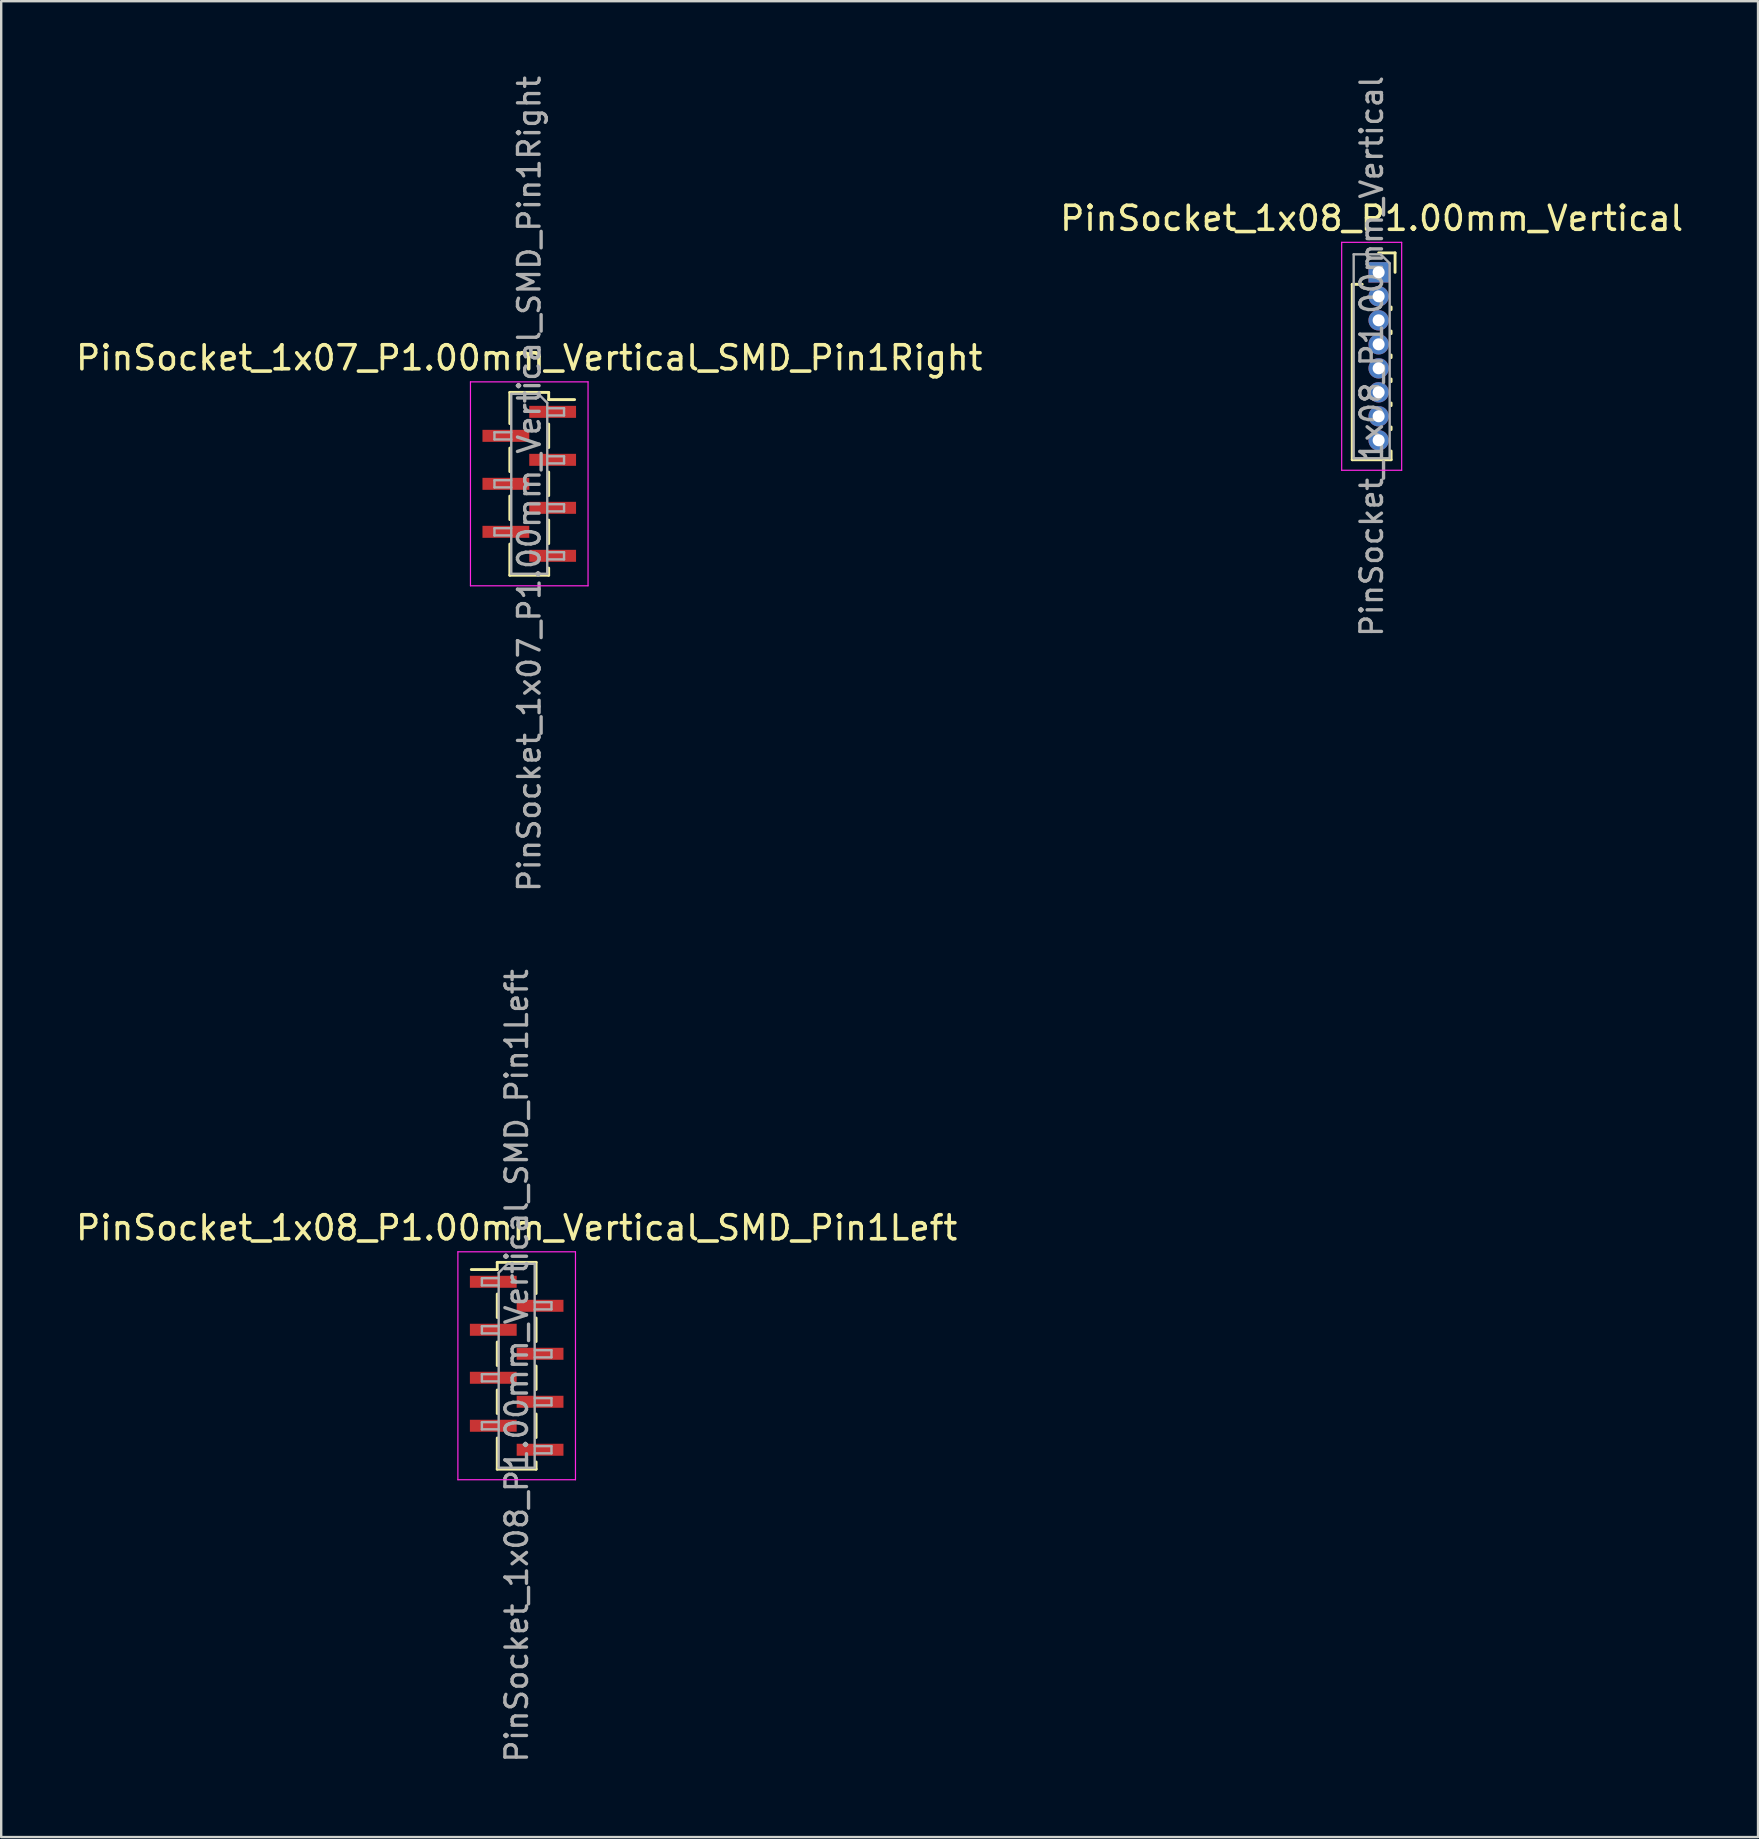
<source format=kicad_pcb>
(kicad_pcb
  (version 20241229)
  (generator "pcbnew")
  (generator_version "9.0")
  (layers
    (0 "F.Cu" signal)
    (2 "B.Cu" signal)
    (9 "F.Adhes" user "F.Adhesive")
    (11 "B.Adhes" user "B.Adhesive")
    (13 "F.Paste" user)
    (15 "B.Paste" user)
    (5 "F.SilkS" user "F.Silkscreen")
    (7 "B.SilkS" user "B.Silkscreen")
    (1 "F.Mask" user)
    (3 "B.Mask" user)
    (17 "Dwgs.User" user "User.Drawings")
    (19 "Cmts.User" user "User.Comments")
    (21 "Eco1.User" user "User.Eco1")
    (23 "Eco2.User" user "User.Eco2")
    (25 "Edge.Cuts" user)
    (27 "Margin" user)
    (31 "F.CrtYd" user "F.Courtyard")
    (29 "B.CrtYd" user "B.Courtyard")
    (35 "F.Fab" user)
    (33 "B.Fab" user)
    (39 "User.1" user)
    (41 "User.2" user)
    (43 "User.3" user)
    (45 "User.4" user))
  (footprint "PinSocket_1x07_P1.00mm_Vertical_SMD_Pin1Right"
    (layer "F.Cu")
    (at 19.006 17.113)
    (property "Reference" "PinSocket_1x07_P1.00mm_Vertical_SMD_Pin1Right" (at 0 -5.25 0) (layer "F.SilkS") (effects (font (size 1 1) (thickness 0.15))))
    (attr smd)
    (fp_line (start -0.81 -3.81) (end -0.81 -2.51) (stroke (width 0.12) (type solid)) (layer "F.SilkS"))
    (fp_line (start -0.81 -3.81) (end 0.81 -3.81) (stroke (width 0.12) (type solid)) (layer "F.SilkS"))
    (fp_line (start -0.81 -1.49) (end -0.81 -0.51) (stroke (width 0.12) (type solid)) (layer "F.SilkS"))
    (fp_line (start -0.81 0.51) (end -0.81 1.49) (stroke (width 0.12) (type solid)) (layer "F.SilkS"))
    (fp_line (start -0.81 2.51) (end -0.81 3.81) (stroke (width 0.12) (type solid)) (layer "F.SilkS"))
    (fp_line (start -0.81 3.81) (end 0.81 3.81) (stroke (width 0.12) (type solid)) (layer "F.SilkS"))
    (fp_line (start 0.81 -3.81) (end 0.81 -3.51) (stroke (width 0.12) (type solid)) (layer "F.SilkS"))
    (fp_line (start 0.81 -3.51) (end 1.89 -3.51) (stroke (width 0.12) (type solid)) (layer "F.SilkS"))
    (fp_line (start 0.81 -2.49) (end 0.81 -1.51) (stroke (width 0.12) (type solid)) (layer "F.SilkS"))
    (fp_line (start 0.81 -0.49) (end 0.81 0.49) (stroke (width 0.12) (type solid)) (layer "F.SilkS"))
    (fp_line (start 0.81 1.51) (end 0.81 2.49) (stroke (width 0.12) (type solid)) (layer "F.SilkS"))
    (fp_line (start 0.81 3.51) (end 0.81 3.81) (stroke (width 0.12) (type solid)) (layer "F.SilkS"))
    (fp_line (start -2.45 -4.25) (end 2.45 -4.25) (stroke (width 0.05) (type solid)) (layer "F.CrtYd"))
    (fp_line (start -2.45 4.25) (end -2.45 -4.25) (stroke (width 0.05) (type solid)) (layer "F.CrtYd"))
    (fp_line (start 2.45 -4.25) (end 2.45 4.25) (stroke (width 0.05) (type solid)) (layer "F.CrtYd"))
    (fp_line (start 2.45 4.25) (end -2.45 4.25) (stroke (width 0.05) (type solid)) (layer "F.CrtYd"))
    (fp_line (start -1.45 -2.15) (end -0.75 -2.15) (stroke (width 0.1) (type solid)) (layer "F.Fab"))
    (fp_line (start -1.45 -1.85) (end -1.45 -2.15) (stroke (width 0.1) (type solid)) (layer "F.Fab"))
    (fp_line (start -1.45 -0.15) (end -0.75 -0.15) (stroke (width 0.1) (type solid)) (layer "F.Fab"))
    (fp_line (start -1.45 0.15) (end -1.45 -0.15) (stroke (width 0.1) (type solid)) (layer "F.Fab"))
    (fp_line (start -1.45 1.85) (end -0.75 1.85) (stroke (width 0.1) (type solid)) (layer "F.Fab"))
    (fp_line (start -1.45 2.15) (end -1.45 1.85) (stroke (width 0.1) (type solid)) (layer "F.Fab"))
    (fp_line (start -0.75 -3.75) (end 0.375 -3.75) (stroke (width 0.1) (type solid)) (layer "F.Fab"))
    (fp_line (start -0.75 -1.85) (end -1.45 -1.85) (stroke (width 0.1) (type solid)) (layer "F.Fab"))
    (fp_line (start -0.75 0.15) (end -1.45 0.15) (stroke (width 0.1) (type solid)) (layer "F.Fab"))
    (fp_line (start -0.75 2.15) (end -1.45 2.15) (stroke (width 0.1) (type solid)) (layer "F.Fab"))
    (fp_line (start -0.75 3.75) (end -0.75 -3.75) (stroke (width 0.1) (type solid)) (layer "F.Fab"))
    (fp_line (start 0.375 -3.75) (end 0.75 -3.375) (stroke (width 0.1) (type solid)) (layer "F.Fab"))
    (fp_line (start 0.75 -3.375) (end 0.75 3.75) (stroke (width 0.1) (type solid)) (layer "F.Fab"))
    (fp_line (start 0.75 -3.15) (end 1.45 -3.15) (stroke (width 0.1) (type solid)) (layer "F.Fab"))
    (fp_line (start 0.75 -1.15) (end 1.45 -1.15) (stroke (width 0.1) (type solid)) (layer "F.Fab"))
    (fp_line (start 0.75 0.85) (end 1.45 0.85) (stroke (width 0.1) (type solid)) (layer "F.Fab"))
    (fp_line (start 0.75 2.85) (end 1.45 2.85) (stroke (width 0.1) (type solid)) (layer "F.Fab"))
    (fp_line (start 0.75 3.75) (end -0.75 3.75) (stroke (width 0.1) (type solid)) (layer "F.Fab"))
    (fp_line (start 1.45 -3.15) (end 1.45 -2.85) (stroke (width 0.1) (type solid)) (layer "F.Fab"))
    (fp_line (start 1.45 -2.85) (end 0.75 -2.85) (stroke (width 0.1) (type solid)) (layer "F.Fab"))
    (fp_line (start 1.45 -1.15) (end 1.45 -0.85) (stroke (width 0.1) (type solid)) (layer "F.Fab"))
    (fp_line (start 1.45 -0.85) (end 0.75 -0.85) (stroke (width 0.1) (type solid)) (layer "F.Fab"))
    (fp_line (start 1.45 0.85) (end 1.45 1.15) (stroke (width 0.1) (type solid)) (layer "F.Fab"))
    (fp_line (start 1.45 1.15) (end 0.75 1.15) (stroke (width 0.1) (type solid)) (layer "F.Fab"))
    (fp_line (start 1.45 2.85) (end 1.45 3.15) (stroke (width 0.1) (type solid)) (layer "F.Fab"))
    (fp_line (start 1.45 3.15) (end 0.75 3.15) (stroke (width 0.1) (type solid)) (layer "F.Fab"))
    (fp_text user "${REFERENCE}" (at 0 0 90) (layer "F.Fab") (effects (font (size 0.9 0.9) (thickness 0.14))))
    (pad "1" smd rect (at 0.975 -3) (size 1.95 0.5) (layers "F.Cu" "F.Mask" "F.Paste"))
    (pad "2" smd rect (at -0.975 -2) (size 1.95 0.5) (layers "F.Cu" "F.Mask" "F.Paste"))
    (pad "3" smd rect (at 0.975 -1) (size 1.95 0.5) (layers "F.Cu" "F.Mask" "F.Paste"))
    (pad "4" smd rect (at -0.975 0) (size 1.95 0.5) (layers "F.Cu" "F.Mask" "F.Paste"))
    (pad "5" smd rect (at 0.975 1) (size 1.95 0.5) (layers "F.Cu" "F.Mask" "F.Paste"))
    (pad "6" smd rect (at -0.975 2) (size 1.95 0.5) (layers "F.Cu" "F.Mask" "F.Paste"))
    (pad "7" smd rect (at 0.975 3) (size 1.95 0.5) (layers "F.Cu" "F.Mask" "F.Paste")))
  (footprint "PinSocket_1x08_P1.00mm_Vertical_SMD_Pin1Left"
    (layer "F.Cu")
    (at 18.482 53.867)
    (property "Reference" "PinSocket_1x08_P1.00mm_Vertical_SMD_Pin1Left" (at 0 -5.75 0) (layer "F.SilkS") (effects (font (size 1 1) (thickness 0.15))))
    (attr smd)
    (fp_line (start -1.89 -4.01) (end -0.81 -4.01) (stroke (width 0.12) (type solid)) (layer "F.SilkS"))
    (fp_line (start -0.81 -4.31) (end -0.81 -4.01) (stroke (width 0.12) (type solid)) (layer "F.SilkS"))
    (fp_line (start -0.81 -4.31) (end 0.81 -4.31) (stroke (width 0.12) (type solid)) (layer "F.SilkS"))
    (fp_line (start -0.81 -2.99) (end -0.81 -2.01) (stroke (width 0.12) (type solid)) (layer "F.SilkS"))
    (fp_line (start -0.81 -0.99) (end -0.81 -0.01) (stroke (width 0.12) (type solid)) (layer "F.SilkS"))
    (fp_line (start -0.81 1.01) (end -0.81 1.99) (stroke (width 0.12) (type solid)) (layer "F.SilkS"))
    (fp_line (start -0.81 3.01) (end -0.81 4.31) (stroke (width 0.12) (type solid)) (layer "F.SilkS"))
    (fp_line (start -0.81 4.31) (end 0.81 4.31) (stroke (width 0.12) (type solid)) (layer "F.SilkS"))
    (fp_line (start 0.81 -4.31) (end 0.81 -3.01) (stroke (width 0.12) (type solid)) (layer "F.SilkS"))
    (fp_line (start 0.81 -1.99) (end 0.81 -1.01) (stroke (width 0.12) (type solid)) (layer "F.SilkS"))
    (fp_line (start 0.81 0.01) (end 0.81 0.99) (stroke (width 0.12) (type solid)) (layer "F.SilkS"))
    (fp_line (start 0.81 2.01) (end 0.81 2.99) (stroke (width 0.12) (type solid)) (layer "F.SilkS"))
    (fp_line (start 0.81 4.01) (end 0.81 4.31) (stroke (width 0.12) (type solid)) (layer "F.SilkS"))
    (fp_line (start -2.45 -4.75) (end 2.45 -4.75) (stroke (width 0.05) (type solid)) (layer "F.CrtYd"))
    (fp_line (start -2.45 4.75) (end -2.45 -4.75) (stroke (width 0.05) (type solid)) (layer "F.CrtYd"))
    (fp_line (start 2.45 -4.75) (end 2.45 4.75) (stroke (width 0.05) (type solid)) (layer "F.CrtYd"))
    (fp_line (start 2.45 4.75) (end -2.45 4.75) (stroke (width 0.05) (type solid)) (layer "F.CrtYd"))
    (fp_line (start -1.45 -3.65) (end -0.75 -3.65) (stroke (width 0.1) (type solid)) (layer "F.Fab"))
    (fp_line (start -1.45 -3.35) (end -1.45 -3.65) (stroke (width 0.1) (type solid)) (layer "F.Fab"))
    (fp_line (start -1.45 -1.65) (end -0.75 -1.65) (stroke (width 0.1) (type solid)) (layer "F.Fab"))
    (fp_line (start -1.45 -1.35) (end -1.45 -1.65) (stroke (width 0.1) (type solid)) (layer "F.Fab"))
    (fp_line (start -1.45 0.35) (end -0.75 0.35) (stroke (width 0.1) (type solid)) (layer "F.Fab"))
    (fp_line (start -1.45 0.65) (end -1.45 0.35) (stroke (width 0.1) (type solid)) (layer "F.Fab"))
    (fp_line (start -1.45 2.35) (end -0.75 2.35) (stroke (width 0.1) (type solid)) (layer "F.Fab"))
    (fp_line (start -1.45 2.65) (end -1.45 2.35) (stroke (width 0.1) (type solid)) (layer "F.Fab"))
    (fp_line (start -0.75 -3.875) (end -0.375 -4.25) (stroke (width 0.1) (type solid)) (layer "F.Fab"))
    (fp_line (start -0.75 -3.35) (end -1.45 -3.35) (stroke (width 0.1) (type solid)) (layer "F.Fab"))
    (fp_line (start -0.75 -1.35) (end -1.45 -1.35) (stroke (width 0.1) (type solid)) (layer "F.Fab"))
    (fp_line (start -0.75 0.65) (end -1.45 0.65) (stroke (width 0.1) (type solid)) (layer "F.Fab"))
    (fp_line (start -0.75 2.65) (end -1.45 2.65) (stroke (width 0.1) (type solid)) (layer "F.Fab"))
    (fp_line (start -0.75 4.25) (end -0.75 -3.875) (stroke (width 0.1) (type solid)) (layer "F.Fab"))
    (fp_line (start -0.375 -4.25) (end 0.75 -4.25) (stroke (width 0.1) (type solid)) (layer "F.Fab"))
    (fp_line (start 0.75 -4.25) (end 0.75 4.25) (stroke (width 0.1) (type solid)) (layer "F.Fab"))
    (fp_line (start 0.75 -2.65) (end 1.45 -2.65) (stroke (width 0.1) (type solid)) (layer "F.Fab"))
    (fp_line (start 0.75 -0.65) (end 1.45 -0.65) (stroke (width 0.1) (type solid)) (layer "F.Fab"))
    (fp_line (start 0.75 1.35) (end 1.45 1.35) (stroke (width 0.1) (type solid)) (layer "F.Fab"))
    (fp_line (start 0.75 3.35) (end 1.45 3.35) (stroke (width 0.1) (type solid)) (layer "F.Fab"))
    (fp_line (start 0.75 4.25) (end -0.75 4.25) (stroke (width 0.1) (type solid)) (layer "F.Fab"))
    (fp_line (start 1.45 -2.65) (end 1.45 -2.35) (stroke (width 0.1) (type solid)) (layer "F.Fab"))
    (fp_line (start 1.45 -2.35) (end 0.75 -2.35) (stroke (width 0.1) (type solid)) (layer "F.Fab"))
    (fp_line (start 1.45 -0.65) (end 1.45 -0.35) (stroke (width 0.1) (type solid)) (layer "F.Fab"))
    (fp_line (start 1.45 -0.35) (end 0.75 -0.35) (stroke (width 0.1) (type solid)) (layer "F.Fab"))
    (fp_line (start 1.45 1.35) (end 1.45 1.65) (stroke (width 0.1) (type solid)) (layer "F.Fab"))
    (fp_line (start 1.45 1.65) (end 0.75 1.65) (stroke (width 0.1) (type solid)) (layer "F.Fab"))
    (fp_line (start 1.45 3.35) (end 1.45 3.65) (stroke (width 0.1) (type solid)) (layer "F.Fab"))
    (fp_line (start 1.45 3.65) (end 0.75 3.65) (stroke (width 0.1) (type solid)) (layer "F.Fab"))
    (fp_text user "${REFERENCE}" (at 0 0 90) (layer "F.Fab") (effects (font (size 0.9 0.9) (thickness 0.14))))
    (pad "1" smd rect (at -0.975 -3.5) (size 1.95 0.5) (layers "F.Cu" "F.Mask" "F.Paste"))
    (pad "2" smd rect (at 0.975 -2.5) (size 1.95 0.5) (layers "F.Cu" "F.Mask" "F.Paste"))
    (pad "3" smd rect (at -0.975 -1.5) (size 1.95 0.5) (layers "F.Cu" "F.Mask" "F.Paste"))
    (pad "4" smd rect (at 0.975 -0.5) (size 1.95 0.5) (layers "F.Cu" "F.Mask" "F.Paste"))
    (pad "5" smd rect (at -0.975 0.5) (size 1.95 0.5) (layers "F.Cu" "F.Mask" "F.Paste"))
    (pad "6" smd rect (at 0.975 1.5) (size 1.95 0.5) (layers "F.Cu" "F.Mask" "F.Paste"))
    (pad "7" smd rect (at -0.975 2.5) (size 1.95 0.5) (layers "F.Cu" "F.Mask" "F.Paste"))
    (pad "8" smd rect (at 0.975 3.5) (size 1.95 0.5) (layers "F.Cu" "F.Mask" "F.Paste")))
  (footprint "PinSocket_1x08_P1.00mm_Vertical"
    (layer "F.Cu")
    (at 54.403 8.299)
    (property "Reference" "PinSocket_1x08_P1.00mm_Vertical" (at -0.29 -2.25 0) (layer "F.SilkS") (effects (font (size 1 1) (thickness 0.15))))
    (attr through_hole)
    (fp_line (start -1.1 0.5) (end -1.1 7.81) (stroke (width 0.12) (type solid)) (layer "F.SilkS"))
    (fp_line (start -1.1 0.5) (end -0.685 0.5) (stroke (width 0.12) (type solid)) (layer "F.SilkS"))
    (fp_line (start -1.1 7.81) (end 0.52 7.81) (stroke (width 0.12) (type solid)) (layer "F.SilkS"))
    (fp_line (start 0 -0.81) (end 0.685 -0.81) (stroke (width 0.12) (type solid)) (layer "F.SilkS"))
    (fp_line (start 0.52 1.446) (end 0.52 1.554) (stroke (width 0.12) (type solid)) (layer "F.SilkS"))
    (fp_line (start 0.52 2.446) (end 0.52 2.554) (stroke (width 0.12) (type solid)) (layer "F.SilkS"))
    (fp_line (start 0.52 3.446) (end 0.52 3.554) (stroke (width 0.12) (type solid)) (layer "F.SilkS"))
    (fp_line (start 0.52 4.446) (end 0.52 4.554) (stroke (width 0.12) (type solid)) (layer "F.SilkS"))
    (fp_line (start 0.52 5.446) (end 0.52 5.554) (stroke (width 0.12) (type solid)) (layer "F.SilkS"))
    (fp_line (start 0.52 6.446) (end 0.52 6.554) (stroke (width 0.12) (type solid)) (layer "F.SilkS"))
    (fp_line (start 0.52 7.446) (end 0.52 7.81) (stroke (width 0.12) (type solid)) (layer "F.SilkS"))
    (fp_line (start 0.685 -0.81) (end 0.685 0) (stroke (width 0.12) (type solid)) (layer "F.SilkS"))
    (fp_line (start -1.54 -1.25) (end 0.96 -1.25) (stroke (width 0.05) (type solid)) (layer "F.CrtYd"))
    (fp_line (start -1.54 8.25) (end -1.54 -1.25) (stroke (width 0.05) (type solid)) (layer "F.CrtYd"))
    (fp_line (start 0.96 -1.25) (end 0.96 8.25) (stroke (width 0.05) (type solid)) (layer "F.CrtYd"))
    (fp_line (start 0.96 8.25) (end -1.54 8.25) (stroke (width 0.05) (type solid)) (layer "F.CrtYd"))
    (fp_line (start -1.04 -0.75) (end 0.085 -0.75) (stroke (width 0.1) (type solid)) (layer "F.Fab"))
    (fp_line (start -1.04 7.75) (end -1.04 -0.75) (stroke (width 0.1) (type solid)) (layer "F.Fab"))
    (fp_line (start 0.085 -0.75) (end 0.46 -0.375) (stroke (width 0.1) (type solid)) (layer "F.Fab"))
    (fp_line (start 0.46 -0.375) (end 0.46 7.75) (stroke (width 0.1) (type solid)) (layer "F.Fab"))
    (fp_line (start 0.46 7.75) (end -1.04 7.75) (stroke (width 0.1) (type solid)) (layer "F.Fab"))
    (fp_text user "${REFERENCE}" (at -0.29 3.5 90) (layer "F.Fab") (effects (font (size 0.9 0.9) (thickness 0.14))))
    (pad "1" thru_hole rect (at 0 0) (size 0.85 0.85) (drill 0.5) (layers "*.Cu" "*.Mask"))
    (pad "2" thru_hole oval (at 0 1) (size 0.85 0.85) (drill 0.5) (layers "*.Cu" "*.Mask"))
    (pad "3" thru_hole oval (at 0 2) (size 0.85 0.85) (drill 0.5) (layers "*.Cu" "*.Mask"))
    (pad "4" thru_hole oval (at 0 3) (size 0.85 0.85) (drill 0.5) (layers "*.Cu" "*.Mask"))
    (pad "5" thru_hole oval (at 0 4) (size 0.85 0.85) (drill 0.5) (layers "*.Cu" "*.Mask"))
    (pad "6" thru_hole oval (at 0 5) (size 0.85 0.85) (drill 0.5) (layers "*.Cu" "*.Mask"))
    (pad "7" thru_hole oval (at 0 6) (size 0.85 0.85) (drill 0.5) (layers "*.Cu" "*.Mask"))
    (pad "8" thru_hole oval (at 0 7) (size 0.85 0.85) (drill 0.5) (layers "*.Cu" "*.Mask")))
  (gr_rect
    (start -3 -3)
    (end 70.214 73.509)
    (stroke (width 0.1) (type default))
    (fill no)
    (layer "Edge.Cuts")))
</source>
